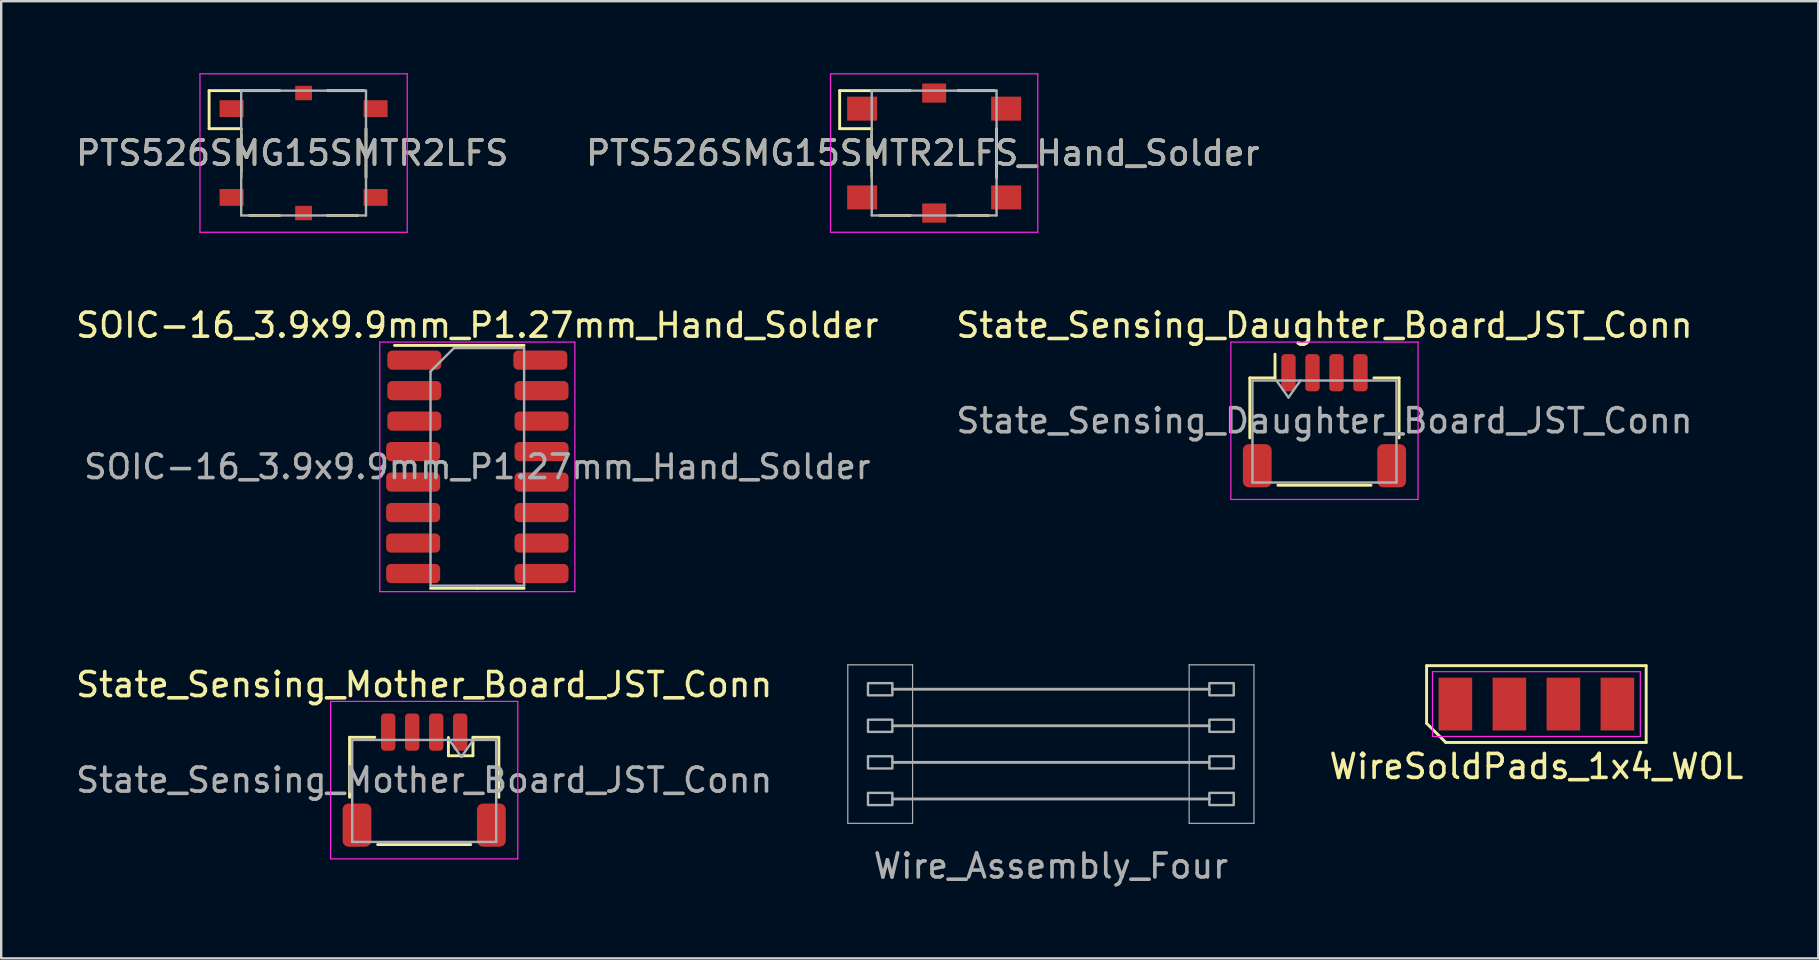
<source format=kicad_pcb>
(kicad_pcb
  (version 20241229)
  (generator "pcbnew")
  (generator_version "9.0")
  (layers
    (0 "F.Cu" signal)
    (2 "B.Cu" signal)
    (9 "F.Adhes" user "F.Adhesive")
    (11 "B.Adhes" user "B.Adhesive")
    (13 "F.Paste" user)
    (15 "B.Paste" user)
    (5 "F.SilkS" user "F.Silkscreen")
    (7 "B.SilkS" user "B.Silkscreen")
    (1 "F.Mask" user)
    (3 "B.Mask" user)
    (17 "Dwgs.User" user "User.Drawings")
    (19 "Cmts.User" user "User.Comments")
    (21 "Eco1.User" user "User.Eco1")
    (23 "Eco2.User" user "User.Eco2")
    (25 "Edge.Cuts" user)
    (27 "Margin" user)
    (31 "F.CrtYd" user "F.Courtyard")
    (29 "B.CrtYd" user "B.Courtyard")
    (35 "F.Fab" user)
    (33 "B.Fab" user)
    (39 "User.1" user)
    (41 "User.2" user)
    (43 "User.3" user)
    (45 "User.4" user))
  (footprint "PTS526SMG15SMTR2LFS_Hand_Solder"
    (layer "F.Cu")
    (at 35.874 3.327)
    (property "Reference" "PTS526SMG15SMTR2LFS_Hand_Solder" (at -0.475 0 0) (layer "F.SilkS") (effects (font (size 1 1) (thickness 0.15))))
    (attr smd)
    (fp_line (start -3.937 -1.016) (end -3.937 -2.6) (stroke (width 0.12) (type solid)) (layer "F.SilkS"))
    (fp_line (start -2.6 -1.016) (end -3.937 -1.016) (stroke (width 0.12) (type solid)) (layer "F.SilkS"))
    (fp_line (start -2.6 -0.75) (end -2.6 -0.75) (stroke (width 0.1) (type solid)) (layer "F.SilkS"))
    (fp_line (start -2.6 -0.75) (end -2.6 0.75) (stroke (width 0.1) (type solid)) (layer "F.SilkS"))
    (fp_line (start -2.6 0.75) (end -2.6 0.75) (stroke (width 0.1) (type solid)) (layer "F.SilkS"))
    (fp_line (start -2.6 1.016) (end -2.6 -1.016) (stroke (width 0.1) (type solid)) (layer "F.SilkS"))
    (fp_line (start -2.25 2.6) (end -2.25 2.6) (stroke (width 0.1) (type solid)) (layer "F.SilkS"))
    (fp_line (start -2 -2.6) (end -2 -2.6) (stroke (width 0.1) (type solid)) (layer "F.SilkS"))
    (fp_line (start -1 -2.6) (end -3.937 -2.6) (stroke (width 0.12) (type solid)) (layer "F.SilkS"))
    (fp_line (start -1 -2.6) (end -1 -2.6) (stroke (width 0.1) (type solid)) (layer "F.SilkS"))
    (fp_line (start -1 2.6) (end -2.25 2.6) (stroke (width 0.12) (type solid)) (layer "F.SilkS"))
    (fp_line (start -1 2.6) (end -1 2.6) (stroke (width 0.1) (type solid)) (layer "F.SilkS"))
    (fp_line (start 1 -2.6) (end 1 -2.6) (stroke (width 0.1) (type solid)) (layer "F.SilkS"))
    (fp_line (start 1 2.6) (end 1 2.6) (stroke (width 0.1) (type solid)) (layer "F.SilkS"))
    (fp_line (start 2.25 2.6) (end 1 2.6) (stroke (width 0.12) (type solid)) (layer "F.SilkS"))
    (fp_line (start 2.25 2.6) (end 2.25 2.6) (stroke (width 0.1) (type solid)) (layer "F.SilkS"))
    (fp_line (start 2.5 -2.6) (end 1 -2.6) (stroke (width 0.12) (type solid)) (layer "F.SilkS"))
    (fp_line (start 2.5 -2.6) (end 2.5 -2.6) (stroke (width 0.1) (type solid)) (layer "F.SilkS"))
    (fp_line (start 2.6 -0.75) (end 2.6 -0.75) (stroke (width 0.1) (type solid)) (layer "F.SilkS"))
    (fp_line (start 2.6 0.5) (end 2.6 0.5) (stroke (width 0.1) (type solid)) (layer "F.SilkS"))
    (fp_line (start 2.6 1.016) (end 2.6 -1.016) (stroke (width 0.12) (type solid)) (layer "F.SilkS"))
    (fp_line (start -4.318 -3.302) (end 4.318 -3.302) (stroke (width 0.05) (type solid)) (layer "F.CrtYd"))
    (fp_line (start -4.318 3.302) (end -4.318 -3.302) (stroke (width 0.05) (type solid)) (layer "F.CrtYd"))
    (fp_line (start 4.318 -3.302) (end 4.318 3.302) (stroke (width 0.05) (type solid)) (layer "F.CrtYd"))
    (fp_line (start 4.318 3.302) (end -4.318 3.302) (stroke (width 0.05) (type solid)) (layer "F.CrtYd"))
    (fp_line (start -2.6 -2.6) (end -2.6 2.6) (stroke (width 0.1) (type solid)) (layer "F.Fab"))
    (fp_line (start -2.6 2.6) (end 2.6 2.6) (stroke (width 0.1) (type solid)) (layer "F.Fab"))
    (fp_line (start 2.6 -2.6) (end -2.6 -2.6) (stroke (width 0.1) (type solid)) (layer "F.Fab"))
    (fp_line (start 2.6 2.6) (end 2.6 -2.6) (stroke (width 0.1) (type solid)) (layer "F.Fab"))
    (fp_text user "${REFERENCE}" (at -0.475 0 0) (layer "F.Fab") (effects (font (size 1 1) (thickness 0.15))))
    (pad "1" smd rect (at -3 -1.85 90) (size 1 1.25) (layers "F.Cu" "F.Mask" "F.Paste"))
    (pad "2" smd rect (at 3 -1.85 90) (size 1 1.25) (layers "F.Cu" "F.Mask" "F.Paste"))
    (pad "3" smd rect (at -3 1.85 90) (size 1 1.25) (layers "F.Cu" "F.Mask" "F.Paste"))
    (pad "4" smd rect (at 3 1.85 90) (size 1 1.25) (layers "F.Cu" "F.Mask" "F.Paste"))
    (pad "MP1" smd rect (at 0 -2.5 90) (size 0.8 1) (layers "F.Cu" "F.Mask" "F.Paste"))
    (pad "MP2" smd rect (at 0 2.5 90) (size 0.8 1) (layers "F.Cu" "F.Mask" "F.Paste")))
  (footprint "Wire_Assembly_Four"
    (layer "F.Cu")
    (at 40.737 27.954)
    (property "Reference" "Wire_Assembly_Four" (at 0 5.08 0) (layer "F.Fab") (effects (font (size 1 1) (thickness 0.15))))
    (attr exclude_from_pos_files exclude_from_bom)
    (fp_line (start -8.462 -3.302) (end -5.762 -3.302) (stroke (width 0.05) (type solid)) (layer "F.Fab"))
    (fp_line (start -8.462 3.302) (end -8.462 -3.302) (stroke (width 0.05) (type solid)) (layer "F.Fab"))
    (fp_line (start -8.462 3.302) (end -5.762 3.302) (stroke (width 0.05) (type solid)) (layer "F.Fab"))
    (fp_line (start -6.604 -2.286) (end 6.604 -2.286) (stroke (width 0.12) (type solid)) (layer "F.Fab"))
    (fp_line (start -6.604 -0.762) (end 6.604 -0.762) (stroke (width 0.12) (type solid)) (layer "F.Fab"))
    (fp_line (start -6.604 0.762) (end 6.604 0.762) (stroke (width 0.12) (type solid)) (layer "F.Fab"))
    (fp_line (start -6.604 2.286) (end 6.604 2.286) (stroke (width 0.12) (type solid)) (layer "F.Fab"))
    (fp_line (start -5.762 -3.302) (end -5.762 3.302) (stroke (width 0.05) (type solid)) (layer "F.Fab"))
    (fp_line (start 5.762 -3.302) (end 8.462 -3.302) (stroke (width 0.05) (type solid)) (layer "F.Fab"))
    (fp_line (start 5.762 3.302) (end 5.762 -3.302) (stroke (width 0.05) (type solid)) (layer "F.Fab"))
    (fp_line (start 5.762 3.302) (end 8.462 3.302) (stroke (width 0.05) (type solid)) (layer "F.Fab"))
    (fp_line (start 8.462 -3.302) (end 8.462 3.302) (stroke (width 0.05) (type solid)) (layer "F.Fab"))
    (fp_poly (pts (xy -6.604 -2.032) (xy -7.62 -2.032) (xy -7.62 -2.54) (xy -6.604 -2.54)) (stroke (width 0.1) (type solid)) (fill no) (layer "F.Fab"))
    (fp_poly (pts (xy -6.604 -0.508) (xy -7.62 -0.508) (xy -7.62 -1.016) (xy -6.604 -1.016)) (stroke (width 0.1) (type solid)) (fill no) (layer "F.Fab"))
    (fp_poly (pts (xy -6.604 1.016) (xy -7.62 1.016) (xy -7.62 0.508) (xy -6.604 0.508)) (stroke (width 0.1) (type solid)) (fill no) (layer "F.Fab"))
    (fp_poly (pts (xy -6.604 2.54) (xy -7.62 2.54) (xy -7.62 2.032) (xy -6.604 2.032)) (stroke (width 0.1) (type solid)) (fill no) (layer "F.Fab"))
    (fp_poly (pts (xy 7.62 -2.032) (xy 6.604 -2.032) (xy 6.604 -2.54) (xy 7.62 -2.54)) (stroke (width 0.1) (type solid)) (fill no) (layer "F.Fab"))
    (fp_poly (pts (xy 7.62 -0.508) (xy 6.604 -0.508) (xy 6.604 -1.016) (xy 7.62 -1.016)) (stroke (width 0.1) (type solid)) (fill no) (layer "F.Fab"))
    (fp_poly (pts (xy 7.62 1.016) (xy 6.604 1.016) (xy 6.604 0.508) (xy 7.62 0.508)) (stroke (width 0.1) (type solid)) (fill no) (layer "F.Fab"))
    (fp_poly (pts (xy 7.62 2.54) (xy 6.604 2.54) (xy 6.604 2.032) (xy 7.62 2.032)) (stroke (width 0.1) (type solid)) (fill no) (layer "F.Fab")))
  (footprint "PTS526SMG15SMTR2LFS"
    (layer "F.Cu")
    (at 9.6 3.327)
    (property "Reference" "PTS526SMG15SMTR2LFS" (at -0.475 0 0) (layer "F.SilkS") (effects (font (size 1 1) (thickness 0.15))))
    (attr smd)
    (fp_line (start -3.937 -1.016) (end -3.937 -2.6) (stroke (width 0.12) (type solid)) (layer "F.SilkS"))
    (fp_line (start -2.6 -1.016) (end -3.937 -1.016) (stroke (width 0.12) (type solid)) (layer "F.SilkS"))
    (fp_line (start -2.6 -0.75) (end -2.6 -0.75) (stroke (width 0.1) (type solid)) (layer "F.SilkS"))
    (fp_line (start -2.6 -0.75) (end -2.6 0.75) (stroke (width 0.1) (type solid)) (layer "F.SilkS"))
    (fp_line (start -2.6 0.75) (end -2.6 0.75) (stroke (width 0.1) (type solid)) (layer "F.SilkS"))
    (fp_line (start -2.6 1.016) (end -2.6 -1.016) (stroke (width 0.1) (type solid)) (layer "F.SilkS"))
    (fp_line (start -2.25 2.6) (end -2.25 2.6) (stroke (width 0.1) (type solid)) (layer "F.SilkS"))
    (fp_line (start -2 -2.6) (end -2 -2.6) (stroke (width 0.1) (type solid)) (layer "F.SilkS"))
    (fp_line (start -1 -2.6) (end -3.937 -2.6) (stroke (width 0.12) (type solid)) (layer "F.SilkS"))
    (fp_line (start -1 -2.6) (end -1 -2.6) (stroke (width 0.1) (type solid)) (layer "F.SilkS"))
    (fp_line (start -1 2.6) (end -2.25 2.6) (stroke (width 0.12) (type solid)) (layer "F.SilkS"))
    (fp_line (start -1 2.6) (end -1 2.6) (stroke (width 0.1) (type solid)) (layer "F.SilkS"))
    (fp_line (start 1 -2.6) (end 1 -2.6) (stroke (width 0.1) (type solid)) (layer "F.SilkS"))
    (fp_line (start 1 2.6) (end 1 2.6) (stroke (width 0.1) (type solid)) (layer "F.SilkS"))
    (fp_line (start 2.25 2.6) (end 1 2.6) (stroke (width 0.12) (type solid)) (layer "F.SilkS"))
    (fp_line (start 2.25 2.6) (end 2.25 2.6) (stroke (width 0.1) (type solid)) (layer "F.SilkS"))
    (fp_line (start 2.5 -2.6) (end 1 -2.6) (stroke (width 0.12) (type solid)) (layer "F.SilkS"))
    (fp_line (start 2.5 -2.6) (end 2.5 -2.6) (stroke (width 0.1) (type solid)) (layer "F.SilkS"))
    (fp_line (start 2.6 -0.75) (end 2.6 -0.75) (stroke (width 0.1) (type solid)) (layer "F.SilkS"))
    (fp_line (start 2.6 0.5) (end 2.6 0.5) (stroke (width 0.1) (type solid)) (layer "F.SilkS"))
    (fp_line (start 2.6 1.016) (end 2.6 -1.016) (stroke (width 0.12) (type solid)) (layer "F.SilkS"))
    (fp_line (start -4.318 -3.302) (end 4.318 -3.302) (stroke (width 0.05) (type solid)) (layer "F.CrtYd"))
    (fp_line (start -4.318 3.302) (end -4.318 -3.302) (stroke (width 0.05) (type solid)) (layer "F.CrtYd"))
    (fp_line (start 4.318 -3.302) (end 4.318 3.302) (stroke (width 0.05) (type solid)) (layer "F.CrtYd"))
    (fp_line (start 4.318 3.302) (end -4.318 3.302) (stroke (width 0.05) (type solid)) (layer "F.CrtYd"))
    (fp_line (start -2.6 -2.6) (end -2.6 2.6) (stroke (width 0.1) (type solid)) (layer "F.Fab"))
    (fp_line (start -2.6 2.6) (end 2.6 2.6) (stroke (width 0.1) (type solid)) (layer "F.Fab"))
    (fp_line (start 2.6 -2.6) (end -2.6 -2.6) (stroke (width 0.1) (type solid)) (layer "F.Fab"))
    (fp_line (start 2.6 2.6) (end 2.6 -2.6) (stroke (width 0.1) (type solid)) (layer "F.Fab"))
    (fp_text user "${REFERENCE}" (at -0.475 0 0) (layer "F.Fab") (effects (font (size 1 1) (thickness 0.15))))
    (pad "1" smd rect (at -3 -1.85 90) (size 0.7 1) (layers "F.Cu" "F.Mask" "F.Paste"))
    (pad "2" smd rect (at 3 -1.85 90) (size 0.7 1) (layers "F.Cu" "F.Mask" "F.Paste"))
    (pad "3" smd rect (at -3 1.85 90) (size 0.7 1) (layers "F.Cu" "F.Mask" "F.Paste"))
    (pad "4" smd rect (at 3 1.85 90) (size 0.7 1) (layers "F.Cu" "F.Mask" "F.Paste"))
    (pad "MP1" smd rect (at 0 -2.5 90) (size 0.6 0.7) (layers "F.Cu" "F.Mask" "F.Paste"))
    (pad "MP2" smd rect (at 0 2.5 90) (size 0.6 0.7) (layers "F.Cu" "F.Mask" "F.Paste")))
  (footprint "State_Sensing_Mother_Board_JST_Conn"
    (layer "F.Cu")
    (at 14.625 29.456)
    (property "Reference" "State_Sensing_Mother_Board_JST_Conn" (at 0 -3.98 0) (layer "F.SilkS") (effects (font (size 1 1) (thickness 0.15))))
    (attr smd)
    (fp_line (start -3.11 -1.785) (end -2.06 -1.785) (stroke (width 0.12) (type solid)) (layer "F.SilkS"))
    (fp_line (start -3.11 0.715) (end -3.11 -1.785) (stroke (width 0.12) (type solid)) (layer "F.SilkS"))
    (fp_line (start -1.94 2.685) (end 1.94 2.685) (stroke (width 0.12) (type solid)) (layer "F.SilkS"))
    (fp_line (start 1.01 -1.778) (end 1.01 -1.016) (stroke (width 0.12) (type solid)) (layer "F.SilkS"))
    (fp_line (start 1.01 -1.016) (end 2.032 -1.016) (stroke (width 0.12) (type solid)) (layer "F.SilkS"))
    (fp_line (start 2.032 -1.785) (end 2.032 -1.016) (stroke (width 0.12) (type solid)) (layer "F.SilkS"))
    (fp_line (start 3.11 -1.785) (end 2.032 -1.785) (stroke (width 0.12) (type solid)) (layer "F.SilkS"))
    (fp_line (start 3.11 0.715) (end 3.11 -1.785) (stroke (width 0.12) (type solid)) (layer "F.SilkS"))
    (fp_line (start -3.9 -3.28) (end -3.9 3.28) (stroke (width 0.05) (type solid)) (layer "F.CrtYd"))
    (fp_line (start -3.9 3.28) (end 3.9 3.28) (stroke (width 0.05) (type solid)) (layer "F.CrtYd"))
    (fp_line (start 3.9 -3.28) (end -3.9 -3.28) (stroke (width 0.05) (type solid)) (layer "F.CrtYd"))
    (fp_line (start 3.9 3.28) (end 3.9 -3.28) (stroke (width 0.05) (type solid)) (layer "F.CrtYd"))
    (fp_line (start -3 -1.675) (end -3 2.575) (stroke (width 0.1) (type solid)) (layer "F.Fab"))
    (fp_line (start -3 -1.675) (end 3 -1.675) (stroke (width 0.1) (type solid)) (layer "F.Fab"))
    (fp_line (start -3 2.575) (end 3 2.575) (stroke (width 0.1) (type solid)) (layer "F.Fab"))
    (fp_line (start 1.048 -1.675) (end 1.548 -0.968) (stroke (width 0.1) (type solid)) (layer "F.Fab"))
    (fp_line (start 1.548 -0.968) (end 2.048 -1.675) (stroke (width 0.1) (type solid)) (layer "F.Fab"))
    (fp_line (start 3 -1.675) (end 3 2.575) (stroke (width 0.1) (type solid)) (layer "F.Fab"))
    (fp_text user "${REFERENCE}" (at 0 0 0) (layer "F.Fab") (effects (font (size 1 1) (thickness 0.15))))
    (pad "1" smd roundrect (at 1.5 -2) (size 0.6 1.55) (layers "F.Cu" "F.Mask" "F.Paste") (roundrect_rratio 0.25))
    (pad "2" smd roundrect (at 0.5 -2) (size 0.6 1.55) (layers "F.Cu" "F.Mask" "F.Paste") (roundrect_rratio 0.25))
    (pad "3" smd roundrect (at -0.5 -2) (size 0.6 1.55) (layers "F.Cu" "F.Mask" "F.Paste") (roundrect_rratio 0.25))
    (pad "4" smd roundrect (at -1.5 -2) (size 0.6 1.55) (layers "F.Cu" "F.Mask" "F.Paste") (roundrect_rratio 0.25))
    (pad "MP" smd roundrect (at -2.8 1.875) (size 1.2 1.8) (layers "F.Cu" "F.Mask" "F.Paste") (roundrect_rratio 0.208))
    (pad "MP" smd roundrect (at 2.8 1.875) (size 1.2 1.8) (layers "F.Cu" "F.Mask" "F.Paste") (roundrect_rratio 0.208)))
  (footprint "SOIC-16_3.9x9.9mm_P1.27mm_Hand_Solder"
    (layer "F.Cu")
    (at 16.839 16.402)
    (property "Reference" "SOIC-16_3.9x9.9mm_P1.27mm_Hand_Solder" (at 0 -5.9 0) (layer "F.SilkS") (effects (font (size 1 1) (thickness 0.15))))
    (attr smd)
    (fp_line (start 0 -5.06) (end -3.45 -5.06) (stroke (width 0.12) (type solid)) (layer "F.SilkS"))
    (fp_line (start 0 -5.06) (end 1.95 -5.06) (stroke (width 0.12) (type solid)) (layer "F.SilkS"))
    (fp_line (start 0 5.06) (end -1.95 5.06) (stroke (width 0.12) (type solid)) (layer "F.SilkS"))
    (fp_line (start 0 5.06) (end 1.95 5.06) (stroke (width 0.12) (type solid)) (layer "F.SilkS"))
    (fp_line (start -4.064 -5.2) (end -4.064 5.2) (stroke (width 0.05) (type solid)) (layer "F.CrtYd"))
    (fp_line (start -4.064 5.2) (end 4.064 5.2) (stroke (width 0.05) (type solid)) (layer "F.CrtYd"))
    (fp_line (start 4.064 -5.2) (end -4.064 -5.2) (stroke (width 0.05) (type solid)) (layer "F.CrtYd"))
    (fp_line (start 4.064 5.2) (end 4.064 -5.2) (stroke (width 0.05) (type solid)) (layer "F.CrtYd"))
    (fp_line (start -1.95 -3.975) (end -0.975 -4.95) (stroke (width 0.1) (type solid)) (layer "F.Fab"))
    (fp_line (start -1.95 4.95) (end -1.95 -3.975) (stroke (width 0.1) (type solid)) (layer "F.Fab"))
    (fp_line (start -0.975 -4.95) (end 1.95 -4.95) (stroke (width 0.1) (type solid)) (layer "F.Fab"))
    (fp_line (start 1.95 -4.95) (end 1.95 4.95) (stroke (width 0.1) (type solid)) (layer "F.Fab"))
    (fp_line (start 1.95 4.95) (end -1.95 4.95) (stroke (width 0.1) (type solid)) (layer "F.Fab"))
    (fp_text user "${REFERENCE}" (at 0 0 0) (layer "F.Fab") (effects (font (size 0.98 0.98) (thickness 0.15))))
    (pad "1" smd roundrect (at -2.625 -4.445) (size 2.25 0.8) (layers "F.Cu" "F.Mask" "F.Paste") (roundrect_rratio 0.25))
    (pad "2" smd roundrect (at -2.625 -3.175) (size 2.25 0.8) (layers "F.Cu" "F.Mask" "F.Paste") (roundrect_rratio 0.25))
    (pad "3" smd roundrect (at -2.625 -1.905) (size 2.25 0.8) (layers "F.Cu" "F.Mask" "F.Paste") (roundrect_rratio 0.25))
    (pad "4" smd roundrect (at -2.675 -0.635) (size 2.25 0.8) (layers "F.Cu" "F.Mask" "F.Paste") (roundrect_rratio 0.25))
    (pad "5" smd roundrect (at -2.675 0.635) (size 2.25 0.8) (layers "F.Cu" "F.Mask" "F.Paste") (roundrect_rratio 0.25))
    (pad "6" smd roundrect (at -2.675 1.905) (size 2.25 0.8) (layers "F.Cu" "F.Mask" "F.Paste") (roundrect_rratio 0.25))
    (pad "7" smd roundrect (at -2.675 3.175) (size 2.25 0.8) (layers "F.Cu" "F.Mask" "F.Paste") (roundrect_rratio 0.25))
    (pad "8" smd roundrect (at -2.675 4.445) (size 2.25 0.8) (layers "F.Cu" "F.Mask" "F.Paste") (roundrect_rratio 0.25))
    (pad "9" smd roundrect (at 2.675 4.445) (size 2.25 0.8) (layers "F.Cu" "F.Mask" "F.Paste") (roundrect_rratio 0.25))
    (pad "10" smd roundrect (at 2.675 3.175) (size 2.25 0.8) (layers "F.Cu" "F.Mask" "F.Paste") (roundrect_rratio 0.25))
    (pad "11" smd roundrect (at 2.675 1.905) (size 2.25 0.8) (layers "F.Cu" "F.Mask" "F.Paste") (roundrect_rratio 0.25))
    (pad "12" smd roundrect (at 2.675 0.635) (size 2.25 0.8) (layers "F.Cu" "F.Mask" "F.Paste") (roundrect_rratio 0.25))
    (pad "13" smd roundrect (at 2.675 -0.635) (size 2.25 0.8) (layers "F.Cu" "F.Mask" "F.Paste") (roundrect_rratio 0.25))
    (pad "14" smd roundrect (at 2.675 -1.905) (size 2.25 0.8) (layers "F.Cu" "F.Mask" "F.Paste") (roundrect_rratio 0.25))
    (pad "15" smd roundrect (at 2.675 -3.175) (size 2.25 0.8) (layers "F.Cu" "F.Mask" "F.Paste") (roundrect_rratio 0.25))
    (pad "16" smd roundrect (at 2.625 -4.445) (size 2.25 0.8) (layers "F.Cu" "F.Mask" "F.Paste") (roundrect_rratio 0.25)))
  (footprint "State_Sensing_Daughter_Board_JST_Conn"
    (layer "F.Cu")
    (at 52.137 14.482)
    (property "Reference" "State_Sensing_Daughter_Board_JST_Conn" (at 0 -3.98 0) (layer "F.SilkS") (effects (font (size 1 1) (thickness 0.15))))
    (attr smd)
    (fp_line (start -3.11 -1.785) (end -2.06 -1.785) (stroke (width 0.12) (type solid)) (layer "F.SilkS"))
    (fp_line (start -3.11 0.715) (end -3.11 -1.785) (stroke (width 0.12) (type solid)) (layer "F.SilkS"))
    (fp_line (start -2.06 -1.785) (end -2.06 -2.775) (stroke (width 0.12) (type solid)) (layer "F.SilkS"))
    (fp_line (start -1.94 2.685) (end 1.94 2.685) (stroke (width 0.12) (type solid)) (layer "F.SilkS"))
    (fp_line (start 3.11 -1.785) (end 2.06 -1.785) (stroke (width 0.12) (type solid)) (layer "F.SilkS"))
    (fp_line (start 3.11 0.715) (end 3.11 -1.785) (stroke (width 0.12) (type solid)) (layer "F.SilkS"))
    (fp_line (start -3.9 -3.28) (end -3.9 3.28) (stroke (width 0.05) (type solid)) (layer "F.CrtYd"))
    (fp_line (start -3.9 3.28) (end 3.9 3.28) (stroke (width 0.05) (type solid)) (layer "F.CrtYd"))
    (fp_line (start 3.9 -3.28) (end -3.9 -3.28) (stroke (width 0.05) (type solid)) (layer "F.CrtYd"))
    (fp_line (start 3.9 3.28) (end 3.9 -3.28) (stroke (width 0.05) (type solid)) (layer "F.CrtYd"))
    (fp_line (start -3 -1.675) (end -3 2.575) (stroke (width 0.1) (type solid)) (layer "F.Fab"))
    (fp_line (start -3 -1.675) (end 3 -1.675) (stroke (width 0.1) (type solid)) (layer "F.Fab"))
    (fp_line (start -3 2.575) (end 3 2.575) (stroke (width 0.1) (type solid)) (layer "F.Fab"))
    (fp_line (start -2 -1.675) (end -1.5 -0.968) (stroke (width 0.1) (type solid)) (layer "F.Fab"))
    (fp_line (start -1.5 -0.968) (end -1 -1.675) (stroke (width 0.1) (type solid)) (layer "F.Fab"))
    (fp_line (start 3 -1.675) (end 3 2.575) (stroke (width 0.1) (type solid)) (layer "F.Fab"))
    (fp_text user "${REFERENCE}" (at 0 0 0) (layer "F.Fab") (effects (font (size 1 1) (thickness 0.15))))
    (pad "1" smd roundrect (at -1.5 -2) (size 0.6 1.55) (layers "F.Cu" "F.Mask" "F.Paste") (roundrect_rratio 0.25))
    (pad "2" smd roundrect (at -0.5 -2) (size 0.6 1.55) (layers "F.Cu" "F.Mask" "F.Paste") (roundrect_rratio 0.25))
    (pad "3" smd roundrect (at 0.5 -2) (size 0.6 1.55) (layers "F.Cu" "F.Mask" "F.Paste") (roundrect_rratio 0.25))
    (pad "4" smd roundrect (at 1.5 -2) (size 0.6 1.55) (layers "F.Cu" "F.Mask" "F.Paste") (roundrect_rratio 0.25))
    (pad "MP" smd roundrect (at -2.8 1.875) (size 1.2 1.8) (layers "F.Cu" "F.Mask" "F.Paste") (roundrect_rratio 0.208))
    (pad "MP" smd roundrect (at 2.8 1.875) (size 1.2 1.8) (layers "F.Cu" "F.Mask" "F.Paste") (roundrect_rratio 0.208)))
  (footprint "WireSoldPads_1x4_WOL"
    (layer "F.Cu")
    (at 60.968 26.287)
    (property "Reference" "WireSoldPads_1x4_WOL" (at 0 2.6 0) (layer "F.SilkS") (effects (font (size 1 1) (thickness 0.15))))
    (attr smd)
    (fp_line (start -4.575 -1.6) (end 4.575 -1.6) (stroke (width 0.12) (type solid)) (layer "F.SilkS"))
    (fp_line (start -4.575 0.8) (end -4.575 -1.6) (stroke (width 0.12) (type solid)) (layer "F.SilkS"))
    (fp_line (start -3.775 1.6) (end -4.575 0.8) (stroke (width 0.12) (type solid)) (layer "F.SilkS"))
    (fp_line (start 4.575 -1.6) (end 4.575 1.6) (stroke (width 0.12) (type solid)) (layer "F.SilkS"))
    (fp_line (start 4.575 1.6) (end -3.775 1.6) (stroke (width 0.12) (type solid)) (layer "F.SilkS"))
    (fp_line (start -4.33 -1.35) (end 4.33 -1.35) (stroke (width 0.05) (type solid)) (layer "F.CrtYd"))
    (fp_line (start -4.33 1.35) (end -4.33 -1.35) (stroke (width 0.05) (type solid)) (layer "F.CrtYd"))
    (fp_line (start 4.33 -1.35) (end 4.33 1.35) (stroke (width 0.05) (type solid)) (layer "F.CrtYd"))
    (fp_line (start 4.33 1.35) (end -4.33 1.35) (stroke (width 0.05) (type solid)) (layer "F.CrtYd"))
    (pad "1" smd rect (at -3.375 0) (size 1.4 2.2) (layers "F.Cu" "F.Mask" "F.Paste"))
    (pad "2" smd rect (at -1.125 0) (size 1.4 2.2) (layers "F.Cu" "F.Mask" "F.Paste"))
    (pad "3" smd rect (at 1.125 0) (size 1.4 2.2) (layers "F.Cu" "F.Mask" "F.Paste"))
    (pad "4" smd rect (at 3.375 0) (size 1.4 2.2) (layers "F.Cu" "F.Mask" "F.Paste")))
  (gr_rect
    (start -3 -3)
    (end 72.712 36.883)
    (stroke (width 0.1) (type default))
    (fill no)
    (layer "Edge.Cuts")))
</source>
